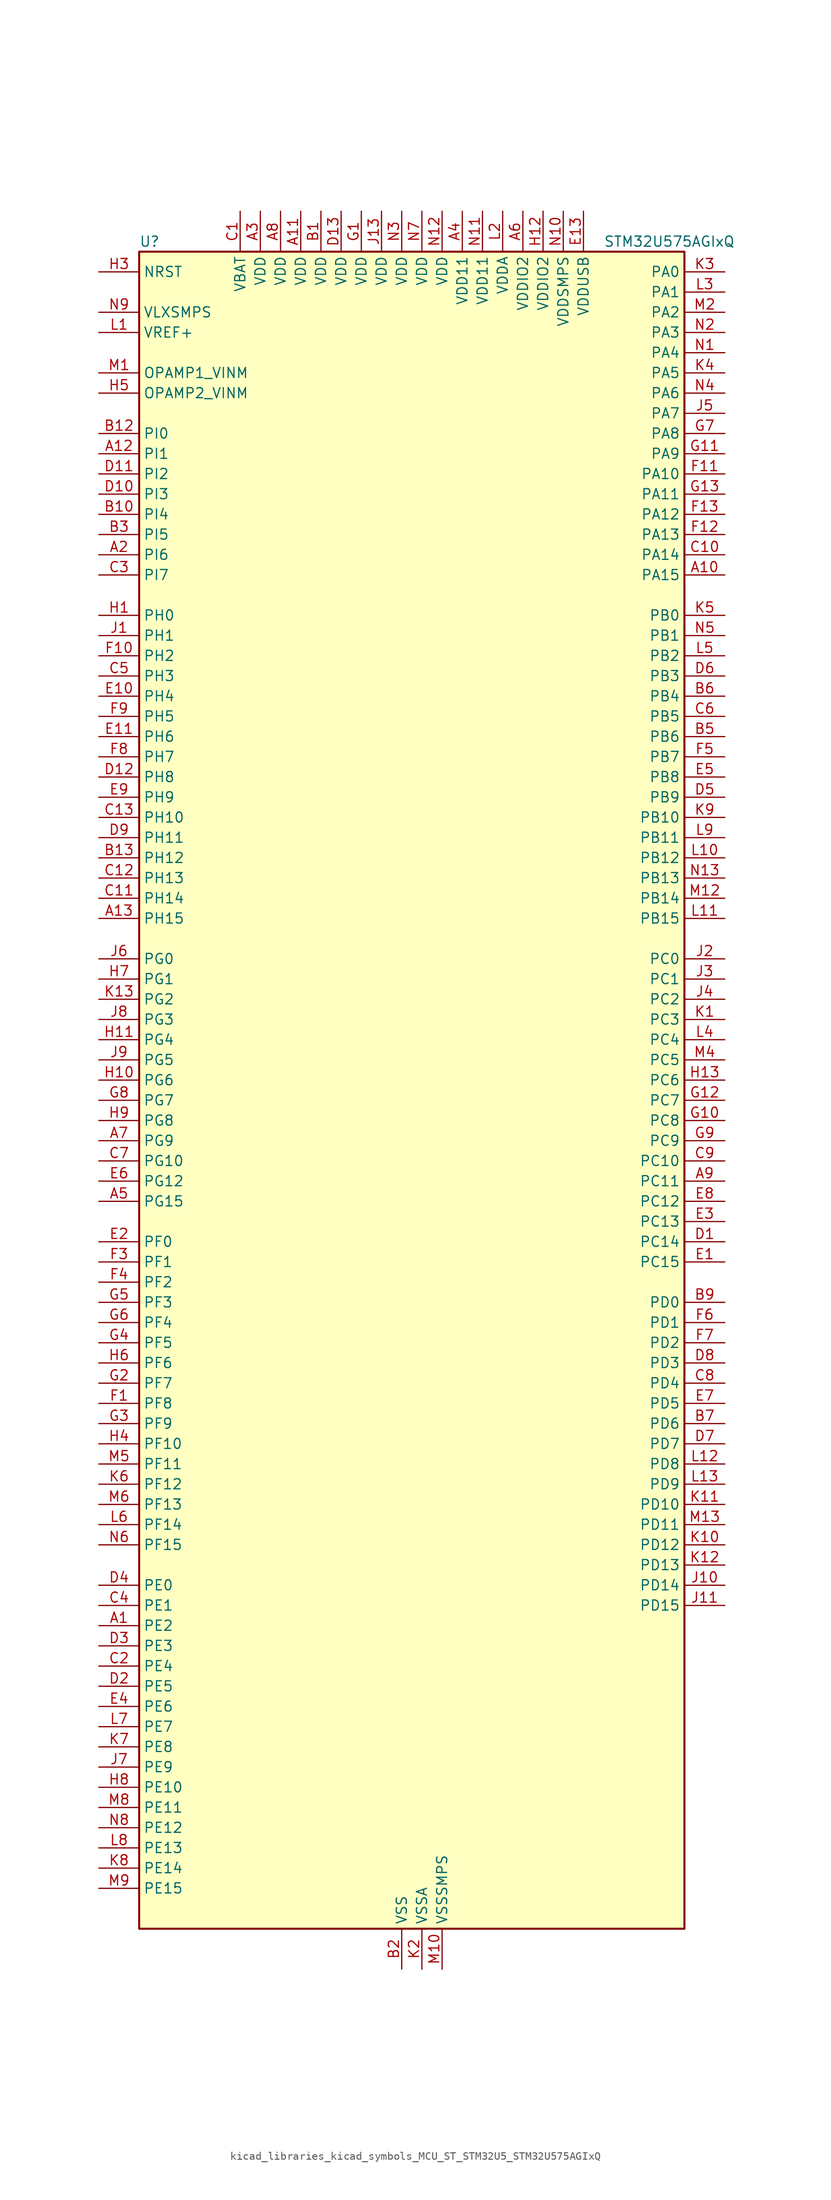
<source format=kicad_sym>
(kicad_symbol_lib
  (version 20220914)
  (generator kicad_symbol_editor)
  (symbol "kicad_libraries_kicad_symbols_MCU_ST_STM32U5_STM32U575AGIxQ"
    (property "Reference" "U"
      (at -33.02 107.95 0)
      (effects (font (size 1.27 1.27)) (justify left)))
    (property "Value" "STM32U575AGIxQ"
      (at 25.4 107.95 0)
      (effects (font (size 1.27 1.27)) (justify left)))
    (property "ki_locked" ""
      (at 0 0 0)
      (effects (font (size 1.27 1.27))))
    (symbol "kicad_libraries_kicad_symbols_MCU_ST_STM32U5_STM32U575AGIxQ_0_1"
      (rectangle (start -33.02 -104.14) (end 35.56 106.68) (stroke (width 0.254) (type default)) (fill (type background))))
    (symbol "kicad_libraries_kicad_symbols_MCU_ST_STM32U5_STM32U575AGIxQ_1_1"
      (pin bidirectional line (at -38.1 -66.04 0) (length 5.08) (name "PE2" (effects (font (size 1.27 1.27)))) (number "A1" (effects (font (size 1.27 1.27)))) (alternate "DEBUG_TRACECLK" bidirectional line) (alternate "FMC_A23" bidirectional line) (alternate "SAI1_CK1" bidirectional line) (alternate "SAI1_MCLK_A" bidirectional line) (alternate "TIM3_ETR" bidirectional line) (alternate "TSC_G7_IO1" bidirectional line))
      (pin bidirectional line (at 40.64 66.04 180) (length 5.08) (name "PA15" (effects (font (size 1.27 1.27)))) (number "A10" (effects (font (size 1.27 1.27)))) (alternate "ADC1_EXTI15" bidirectional line) (alternate "ADC4_EXTI15" bidirectional line) (alternate "DEBUG_JTDI" bidirectional line) (alternate "SAI2_FS_B" bidirectional line) (alternate "SPI1_NSS" bidirectional line) (alternate "SPI3_NSS" bidirectional line) (alternate "TIM2_CH1" bidirectional line) (alternate "TIM2_ETR" bidirectional line) (alternate "UART4_DE" bidirectional line) (alternate "UART4_RTS" bidirectional line) (alternate "UCPD1_CC1" bidirectional line) (alternate "USART2_RX" bidirectional line) (alternate "USART3_DE" bidirectional line) (alternate "USART3_RTS" bidirectional line))
      (pin power_in line (at -12.7 111.76 270) (length 5.08) (name "VDD" (effects (font (size 1.27 1.27)))) (number "A11" (effects (font (size 1.27 1.27)))))
      (pin bidirectional line (at -38.1 81.28 0) (length 5.08) (name "PI1" (effects (font (size 1.27 1.27)))) (number "A12" (effects (font (size 1.27 1.27)))) (alternate "DCMI_D8" bidirectional line) (alternate "OCTOSPIM_P2_IO2" bidirectional line) (alternate "PSSI_D8" bidirectional line) (alternate "SPI2_SCK" bidirectional line))
      (pin bidirectional line (at -38.1 22.86 0) (length 5.08) (name "PH15" (effects (font (size 1.27 1.27)))) (number "A13" (effects (font (size 1.27 1.27)))) (alternate "ADC1_EXTI15" bidirectional line) (alternate "ADC4_EXTI15" bidirectional line) (alternate "DCMI_D11" bidirectional line) (alternate "OCTOSPIM_P2_IO6" bidirectional line) (alternate "PSSI_D11" bidirectional line) (alternate "TIM8_CH3N" bidirectional line))
      (pin bidirectional line (at -38.1 68.58 0) (length 5.08) (name "PI6" (effects (font (size 1.27 1.27)))) (number "A2" (effects (font (size 1.27 1.27)))) (alternate "DCMI_D6" bidirectional line) (alternate "OCTOSPIM_P2_CLK" bidirectional line) (alternate "PSSI_D6" bidirectional line) (alternate "TIM8_CH2" bidirectional line))
      (pin power_in line (at -17.78 111.76 270) (length 5.08) (name "VDD" (effects (font (size 1.27 1.27)))) (number "A3" (effects (font (size 1.27 1.27)))))
      (pin power_in line (at 7.62 111.76 270) (length 5.08) (name "VDD11" (effects (font (size 1.27 1.27)))) (number "A4" (effects (font (size 1.27 1.27)))))
      (pin bidirectional line (at -38.1 -12.7 0) (length 5.08) (name "PG15" (effects (font (size 1.27 1.27)))) (number "A5" (effects (font (size 1.27 1.27)))) (alternate "ADC1_EXTI15" bidirectional line) (alternate "ADC4_EXTI15" bidirectional line) (alternate "DCMI_D13" bidirectional line) (alternate "I2C1_SMBA" bidirectional line) (alternate "LPTIM1_CH1" bidirectional line) (alternate "OCTOSPIM_P2_DQS" bidirectional line) (alternate "PSSI_D13" bidirectional line))
      (pin power_in line (at 15.24 111.76 270) (length 5.08) (name "VDDIO2" (effects (font (size 1.27 1.27)))) (number "A6" (effects (font (size 1.27 1.27)))))
      (pin bidirectional line (at -38.1 -5.08 0) (length 5.08) (name "PG9" (effects (font (size 1.27 1.27)))) (number "A7" (effects (font (size 1.27 1.27)))) (alternate "DAC1_EXTI9" bidirectional line) (alternate "FMC_NCE" bidirectional line) (alternate "FMC_NE2" bidirectional line) (alternate "OCTOSPIM_P2_IO6" bidirectional line) (alternate "SAI2_SCK_A" bidirectional line) (alternate "SPI3_SCK" bidirectional line) (alternate "TIM15_CH1N" bidirectional line) (alternate "USART1_TX" bidirectional line))
      (pin power_in line (at -15.24 111.76 270) (length 5.08) (name "VDD" (effects (font (size 1.27 1.27)))) (number "A8" (effects (font (size 1.27 1.27)))))
      (pin bidirectional line (at 40.64 -10.16 180) (length 5.08) (name "PC11" (effects (font (size 1.27 1.27)))) (number "A9" (effects (font (size 1.27 1.27)))) (alternate "ADC1_EXTI11" bidirectional line) (alternate "ADF1_SDI0" bidirectional line) (alternate "DCMI_D2" bidirectional line) (alternate "DCMI_D4" bidirectional line) (alternate "LPTIM3_IN1" bidirectional line) (alternate "OCTOSPIM_P1_NCS" bidirectional line) (alternate "PSSI_D2" bidirectional line) (alternate "PSSI_D4" bidirectional line) (alternate "SAI2_MCLK_B" bidirectional line) (alternate "SDMMC1_D3" bidirectional line) (alternate "SPI3_MISO" bidirectional line) (alternate "TSC_G3_IO3" bidirectional line) (alternate "UART4_RX" bidirectional line) (alternate "UCPD1_FRSTX2" bidirectional line) (alternate "USART3_RX" bidirectional line))
      (pin power_in line (at -10.16 111.76 270) (length 5.08) (name "VDD" (effects (font (size 1.27 1.27)))) (number "B1" (effects (font (size 1.27 1.27)))))
      (pin bidirectional line (at -38.1 73.66 0) (length 5.08) (name "PI4" (effects (font (size 1.27 1.27)))) (number "B10" (effects (font (size 1.27 1.27)))) (alternate "DCMI_D5" bidirectional line) (alternate "PSSI_D5" bidirectional line) (alternate "SPI2_RDY" bidirectional line) (alternate "TIM8_BKIN" bidirectional line))
      (pin passive line (at 0 -109.22 90) (length 5.08) hide (name "VSS" (effects (font (size 1.27 1.27)))) (number "B11" (effects (font (size 1.27 1.27)))))
      (pin bidirectional line (at -38.1 83.82 0) (length 5.08) (name "PI0" (effects (font (size 1.27 1.27)))) (number "B12" (effects (font (size 1.27 1.27)))) (alternate "DCMI_D13" bidirectional line) (alternate "OCTOSPIM_P1_IO5" bidirectional line) (alternate "PSSI_D13" bidirectional line) (alternate "SPI2_NSS" bidirectional line) (alternate "TIM5_CH4" bidirectional line))
      (pin bidirectional line (at -38.1 30.48 0) (length 5.08) (name "PH12" (effects (font (size 1.27 1.27)))) (number "B13" (effects (font (size 1.27 1.27)))) (alternate "DCMI_D3" bidirectional line) (alternate "OCTOSPIM_P2_IO7" bidirectional line) (alternate "PSSI_D3" bidirectional line) (alternate "TIM5_CH3" bidirectional line) (alternate "TIM8_CH4N" bidirectional line))
      (pin power_in line (at 0 -109.22 90) (length 5.08) (name "VSS" (effects (font (size 1.27 1.27)))) (number "B2" (effects (font (size 1.27 1.27)))))
      (pin bidirectional line (at -38.1 71.12 0) (length 5.08) (name "PI5" (effects (font (size 1.27 1.27)))) (number "B3" (effects (font (size 1.27 1.27)))) (alternate "DCMI_VSYNC" bidirectional line) (alternate "OCTOSPIM_P2_NCS" bidirectional line) (alternate "PSSI_RDY" bidirectional line) (alternate "TIM8_CH1" bidirectional line))
      (pin passive line (at 0 -109.22 90) (length 5.08) hide (name "VSS" (effects (font (size 1.27 1.27)))) (number "B4" (effects (font (size 1.27 1.27)))))
      (pin bidirectional line (at 40.64 45.72 180) (length 5.08) (name "PB6" (effects (font (size 1.27 1.27)))) (number "B5" (effects (font (size 1.27 1.27)))) (alternate "COMP2_INP" bidirectional line) (alternate "DCMI_D5" bidirectional line) (alternate "I2C1_SCL" bidirectional line) (alternate "I2C4_SCL" bidirectional line) (alternate "LPTIM1_ETR" bidirectional line) (alternate "MDF1_SDI5" bidirectional line) (alternate "PSSI_D5" bidirectional line) (alternate "PWR_WKUP3" bidirectional line) (alternate "SAI1_FS_B" bidirectional line) (alternate "TIM16_CH1N" bidirectional line) (alternate "TIM4_CH1" bidirectional line) (alternate "TIM8_BKIN2" bidirectional line) (alternate "TSC_G2_IO3" bidirectional line) (alternate "USART1_TX" bidirectional line))
      (pin bidirectional line (at 40.64 50.8 180) (length 5.08) (name "PB4" (effects (font (size 1.27 1.27)))) (number "B6" (effects (font (size 1.27 1.27)))) (alternate "ADF1_SDI0" bidirectional line) (alternate "COMP2_INP" bidirectional line) (alternate "DCMI_D12" bidirectional line) (alternate "DEBUG_JTRST" bidirectional line) (alternate "I2C3_SDA" bidirectional line) (alternate "LPTIM1_CH2" bidirectional line) (alternate "PSSI_D12" bidirectional line) (alternate "SAI1_MCLK_B" bidirectional line) (alternate "SDMMC2_D3" bidirectional line) (alternate "SPI1_MISO" bidirectional line) (alternate "SPI3_MISO" bidirectional line) (alternate "TIM17_BKIN" bidirectional line) (alternate "TIM3_CH1" bidirectional line) (alternate "TSC_G2_IO1" bidirectional line) (alternate "UART5_DE" bidirectional line) (alternate "UART5_RTS" bidirectional line) (alternate "USART1_CTS" bidirectional line))
      (pin bidirectional line (at 40.64 -40.64 180) (length 5.08) (name "PD6" (effects (font (size 1.27 1.27)))) (number "B7" (effects (font (size 1.27 1.27)))) (alternate "DCMI_D10" bidirectional line) (alternate "FMC_NWAIT" bidirectional line) (alternate "MDF1_SDI1" bidirectional line) (alternate "OCTOSPIM_P1_IO6" bidirectional line) (alternate "PSSI_D10" bidirectional line) (alternate "SAI1_D1" bidirectional line) (alternate "SAI1_SD_A" bidirectional line) (alternate "SDMMC2_CK" bidirectional line) (alternate "SPI3_MOSI" bidirectional line) (alternate "USART2_RX" bidirectional line))
      (pin passive line (at 0 -109.22 90) (length 5.08) hide (name "VSS" (effects (font (size 1.27 1.27)))) (number "B8" (effects (font (size 1.27 1.27)))))
      (pin bidirectional line (at 40.64 -25.4 180) (length 5.08) (name "PD0" (effects (font (size 1.27 1.27)))) (number "B9" (effects (font (size 1.27 1.27)))) (alternate "FDCAN1_RX" bidirectional line) (alternate "FMC_D2" bidirectional line) (alternate "FMC_DA2" bidirectional line) (alternate "SPI2_NSS" bidirectional line) (alternate "TIM8_CH4N" bidirectional line))
      (pin power_in line (at -20.32 111.76 270) (length 5.08) (name "VBAT" (effects (font (size 1.27 1.27)))) (number "C1" (effects (font (size 1.27 1.27)))))
      (pin bidirectional line (at 40.64 68.58 180) (length 5.08) (name "PA14" (effects (font (size 1.27 1.27)))) (number "C10" (effects (font (size 1.27 1.27)))) (alternate "DEBUG_JTCK-SWCLK" bidirectional line) (alternate "I2C1_SMBA" bidirectional line) (alternate "I2C4_SMBA" bidirectional line) (alternate "LPTIM1_CH1" bidirectional line) (alternate "SAI1_FS_B" bidirectional line) (alternate "USB_OTG_FS_SOF" bidirectional line))
      (pin bidirectional line (at -38.1 25.4 0) (length 5.08) (name "PH14" (effects (font (size 1.27 1.27)))) (number "C11" (effects (font (size 1.27 1.27)))) (alternate "DCMI_D4" bidirectional line) (alternate "FDCAN1_RX" bidirectional line) (alternate "PSSI_D4" bidirectional line) (alternate "TIM8_CH2N" bidirectional line))
      (pin bidirectional line (at -38.1 27.94 0) (length 5.08) (name "PH13" (effects (font (size 1.27 1.27)))) (number "C12" (effects (font (size 1.27 1.27)))) (alternate "FDCAN1_TX" bidirectional line) (alternate "TIM8_CH1N" bidirectional line))
      (pin bidirectional line (at -38.1 35.56 0) (length 5.08) (name "PH10" (effects (font (size 1.27 1.27)))) (number "C13" (effects (font (size 1.27 1.27)))) (alternate "DCMI_D1" bidirectional line) (alternate "OCTOSPIM_P2_IO5" bidirectional line) (alternate "PSSI_D1" bidirectional line) (alternate "TIM5_CH1" bidirectional line))
      (pin bidirectional line (at -38.1 -71.12 0) (length 5.08) (name "PE4" (effects (font (size 1.27 1.27)))) (number "C2" (effects (font (size 1.27 1.27)))) (alternate "DCMI_D4" bidirectional line) (alternate "DEBUG_TRACED1" bidirectional line) (alternate "FMC_A20" bidirectional line) (alternate "MDF1_SDI3" bidirectional line) (alternate "PSSI_D4" bidirectional line) (alternate "PWR_WKUP1" bidirectional line) (alternate "SAI1_D2" bidirectional line) (alternate "SAI1_FS_A" bidirectional line) (alternate "TAMP_IN7" bidirectional line) (alternate "TAMP_OUT8" bidirectional line) (alternate "TIM3_CH2" bidirectional line) (alternate "TSC_G7_IO3" bidirectional line))
      (pin bidirectional line (at -38.1 66.04 0) (length 5.08) (name "PI7" (effects (font (size 1.27 1.27)))) (number "C3" (effects (font (size 1.27 1.27)))) (alternate "DCMI_D7" bidirectional line) (alternate "OCTOSPIM_P2_NCLK" bidirectional line) (alternate "PSSI_D7" bidirectional line) (alternate "TIM8_CH3" bidirectional line))
      (pin bidirectional line (at -38.1 -63.5 0) (length 5.08) (name "PE1" (effects (font (size 1.27 1.27)))) (number "C4" (effects (font (size 1.27 1.27)))) (alternate "DCMI_D3" bidirectional line) (alternate "FMC_NBL1" bidirectional line) (alternate "PSSI_D3" bidirectional line) (alternate "TIM17_CH1" bidirectional line))
      (pin bidirectional line (at -38.1 53.34 0) (length 5.08) (name "PH3" (effects (font (size 1.27 1.27)))) (number "C5" (effects (font (size 1.27 1.27)))))
      (pin bidirectional line (at 40.64 48.26 180) (length 5.08) (name "PB5" (effects (font (size 1.27 1.27)))) (number "C6" (effects (font (size 1.27 1.27)))) (alternate "COMP2_OUT" bidirectional line) (alternate "DCMI_D10" bidirectional line) (alternate "I2C1_SMBA" bidirectional line) (alternate "LPTIM1_IN1" bidirectional line) (alternate "OCTOSPIM_P1_NCLK" bidirectional line) (alternate "PSSI_D10" bidirectional line) (alternate "PWR_WKUP6" bidirectional line) (alternate "SAI1_SD_B" bidirectional line) (alternate "SPI1_MOSI" bidirectional line) (alternate "SPI3_MOSI" bidirectional line) (alternate "TIM16_BKIN" bidirectional line) (alternate "TIM3_CH2" bidirectional line) (alternate "TSC_G2_IO2" bidirectional line) (alternate "UART5_CTS" bidirectional line) (alternate "UCPD1_DBCC1" bidirectional line) (alternate "USART1_CK" bidirectional line))
      (pin bidirectional line (at -38.1 -7.62 0) (length 5.08) (name "PG10" (effects (font (size 1.27 1.27)))) (number "C7" (effects (font (size 1.27 1.27)))) (alternate "FMC_NE3" bidirectional line) (alternate "LPTIM1_IN1" bidirectional line) (alternate "OCTOSPIM_P2_IO7" bidirectional line) (alternate "SAI2_FS_A" bidirectional line) (alternate "SPI3_MISO" bidirectional line) (alternate "TIM15_CH1" bidirectional line) (alternate "USART1_RX" bidirectional line))
      (pin bidirectional line (at 40.64 -35.56 180) (length 5.08) (name "PD4" (effects (font (size 1.27 1.27)))) (number "C8" (effects (font (size 1.27 1.27)))) (alternate "FMC_NOE" bidirectional line) (alternate "MDF1_CKI0" bidirectional line) (alternate "OCTOSPIM_P1_IO4" bidirectional line) (alternate "SPI2_MOSI" bidirectional line) (alternate "USART2_DE" bidirectional line) (alternate "USART2_RTS" bidirectional line))
      (pin bidirectional line (at 40.64 -7.62 180) (length 5.08) (name "PC10" (effects (font (size 1.27 1.27)))) (number "C9" (effects (font (size 1.27 1.27)))) (alternate "ADF1_CCK1" bidirectional line) (alternate "DCMI_D8" bidirectional line) (alternate "DEBUG_TRACED1" bidirectional line) (alternate "LPTIM3_ETR" bidirectional line) (alternate "PSSI_D8" bidirectional line) (alternate "SAI2_SCK_B" bidirectional line) (alternate "SDMMC1_D2" bidirectional line) (alternate "SPI3_SCK" bidirectional line) (alternate "TSC_G3_IO2" bidirectional line) (alternate "UART4_TX" bidirectional line) (alternate "USART3_TX" bidirectional line))
      (pin bidirectional line (at 40.64 -17.78 180) (length 5.08) (name "PC14" (effects (font (size 1.27 1.27)))) (number "D1" (effects (font (size 1.27 1.27)))) (alternate "RCC_OSC32_IN" bidirectional line))
      (pin bidirectional line (at -38.1 76.2 0) (length 5.08) (name "PI3" (effects (font (size 1.27 1.27)))) (number "D10" (effects (font (size 1.27 1.27)))) (alternate "DCMI_D10" bidirectional line) (alternate "OCTOSPIM_P2_IO0" bidirectional line) (alternate "PSSI_D10" bidirectional line) (alternate "SPI2_MOSI" bidirectional line) (alternate "TIM8_ETR" bidirectional line))
      (pin bidirectional line (at -38.1 78.74 0) (length 5.08) (name "PI2" (effects (font (size 1.27 1.27)))) (number "D11" (effects (font (size 1.27 1.27)))) (alternate "DCMI_D9" bidirectional line) (alternate "OCTOSPIM_P2_IO1" bidirectional line) (alternate "PSSI_D9" bidirectional line) (alternate "SPI2_MISO" bidirectional line) (alternate "TIM8_CH4" bidirectional line))
      (pin bidirectional line (at -38.1 40.64 0) (length 5.08) (name "PH8" (effects (font (size 1.27 1.27)))) (number "D12" (effects (font (size 1.27 1.27)))) (alternate "DCMI_HSYNC" bidirectional line) (alternate "I2C3_SDA" bidirectional line) (alternate "OCTOSPIM_P2_IO3" bidirectional line) (alternate "PSSI_DE" bidirectional line))
      (pin power_in line (at -7.62 111.76 270) (length 5.08) (name "VDD" (effects (font (size 1.27 1.27)))) (number "D13" (effects (font (size 1.27 1.27)))))
      (pin bidirectional line (at -38.1 -73.66 0) (length 5.08) (name "PE5" (effects (font (size 1.27 1.27)))) (number "D2" (effects (font (size 1.27 1.27)))) (alternate "DCMI_D6" bidirectional line) (alternate "DEBUG_TRACED2" bidirectional line) (alternate "FMC_A21" bidirectional line) (alternate "MDF1_CKI3" bidirectional line) (alternate "PSSI_D6" bidirectional line) (alternate "PWR_WKUP2" bidirectional line) (alternate "SAI1_CK2" bidirectional line) (alternate "SAI1_SCK_A" bidirectional line) (alternate "TAMP_IN8" bidirectional line) (alternate "TAMP_OUT7" bidirectional line) (alternate "TIM3_CH3" bidirectional line) (alternate "TSC_G7_IO4" bidirectional line))
      (pin bidirectional line (at -38.1 -68.58 0) (length 5.08) (name "PE3" (effects (font (size 1.27 1.27)))) (number "D3" (effects (font (size 1.27 1.27)))) (alternate "DEBUG_TRACED0" bidirectional line) (alternate "FMC_A19" bidirectional line) (alternate "OCTOSPIM_P1_DQS" bidirectional line) (alternate "SAI1_SD_B" bidirectional line) (alternate "TAMP_IN6" bidirectional line) (alternate "TAMP_OUT3" bidirectional line) (alternate "TIM3_CH1" bidirectional line) (alternate "TSC_G7_IO2" bidirectional line))
      (pin bidirectional line (at -38.1 -60.96 0) (length 5.08) (name "PE0" (effects (font (size 1.27 1.27)))) (number "D4" (effects (font (size 1.27 1.27)))) (alternate "DCMI_D2" bidirectional line) (alternate "FMC_NBL0" bidirectional line) (alternate "PSSI_D2" bidirectional line) (alternate "TIM16_CH1" bidirectional line) (alternate "TIM4_ETR" bidirectional line))
      (pin bidirectional line (at 40.64 38.1 180) (length 5.08) (name "PB9" (effects (font (size 1.27 1.27)))) (number "D5" (effects (font (size 1.27 1.27)))) (alternate "DAC1_EXTI9" bidirectional line) (alternate "DCMI_D7" bidirectional line) (alternate "FDCAN1_TX" bidirectional line) (alternate "I2C1_SDA" bidirectional line) (alternate "IR_OUT" bidirectional line) (alternate "PSSI_D7" bidirectional line) (alternate "SAI1_D2" bidirectional line) (alternate "SAI1_FS_A" bidirectional line) (alternate "SDMMC1_CDIR" bidirectional line) (alternate "SDMMC1_D5" bidirectional line) (alternate "SDMMC2_D5" bidirectional line) (alternate "SPI2_NSS" bidirectional line) (alternate "TIM17_CH1" bidirectional line) (alternate "TIM4_CH4" bidirectional line))
      (pin bidirectional line (at 40.64 53.34 180) (length 5.08) (name "PB3" (effects (font (size 1.27 1.27)))) (number "D6" (effects (font (size 1.27 1.27)))) (alternate "ADF1_CCK0" bidirectional line) (alternate "COMP2_INM" bidirectional line) (alternate "CRS_SYNC" bidirectional line) (alternate "DEBUG_JTDO-SWO" bidirectional line) (alternate "I2C1_SDA" bidirectional line) (alternate "LPTIM1_CH1" bidirectional line) (alternate "SAI1_SCK_B" bidirectional line) (alternate "SDMMC2_D2" bidirectional line) (alternate "SPI1_SCK" bidirectional line) (alternate "SPI3_SCK" bidirectional line) (alternate "TIM2_CH2" bidirectional line) (alternate "USART1_DE" bidirectional line) (alternate "USART1_RTS" bidirectional line))
      (pin bidirectional line (at 40.64 -43.18 180) (length 5.08) (name "PD7" (effects (font (size 1.27 1.27)))) (number "D7" (effects (font (size 1.27 1.27)))) (alternate "FMC_NCE" bidirectional line) (alternate "FMC_NE1" bidirectional line) (alternate "LPTIM4_OUT" bidirectional line) (alternate "MDF1_CKI1" bidirectional line) (alternate "OCTOSPIM_P1_IO7" bidirectional line) (alternate "SDMMC2_CMD" bidirectional line) (alternate "USART2_CK" bidirectional line))
      (pin bidirectional line (at 40.64 -33.02 180) (length 5.08) (name "PD3" (effects (font (size 1.27 1.27)))) (number "D8" (effects (font (size 1.27 1.27)))) (alternate "DCMI_D5" bidirectional line) (alternate "FMC_CLK" bidirectional line) (alternate "MDF1_SDI0" bidirectional line) (alternate "OCTOSPIM_P2_NCS" bidirectional line) (alternate "PSSI_D5" bidirectional line) (alternate "SPI2_MISO" bidirectional line) (alternate "SPI2_SCK" bidirectional line) (alternate "USART2_CTS" bidirectional line))
      (pin bidirectional line (at -38.1 33.02 0) (length 5.08) (name "PH11" (effects (font (size 1.27 1.27)))) (number "D9" (effects (font (size 1.27 1.27)))) (alternate "ADC1_EXTI11" bidirectional line) (alternate "DCMI_D2" bidirectional line) (alternate "OCTOSPIM_P2_IO6" bidirectional line) (alternate "PSSI_D2" bidirectional line) (alternate "TIM5_CH2" bidirectional line))
      (pin bidirectional line (at 40.64 -20.32 180) (length 5.08) (name "PC15" (effects (font (size 1.27 1.27)))) (number "E1" (effects (font (size 1.27 1.27)))) (alternate "ADC1_EXTI15" bidirectional line) (alternate "ADC4_EXTI15" bidirectional line) (alternate "RCC_OSC32_OUT" bidirectional line))
      (pin bidirectional line (at -38.1 50.8 0) (length 5.08) (name "PH4" (effects (font (size 1.27 1.27)))) (number "E10" (effects (font (size 1.27 1.27)))) (alternate "I2C2_SCL" bidirectional line) (alternate "OCTOSPIM_P2_DQS" bidirectional line) (alternate "PSSI_D14" bidirectional line))
      (pin bidirectional line (at -38.1 45.72 0) (length 5.08) (name "PH6" (effects (font (size 1.27 1.27)))) (number "E11" (effects (font (size 1.27 1.27)))) (alternate "DCMI_D8" bidirectional line) (alternate "I2C2_SMBA" bidirectional line) (alternate "OCTOSPIM_P2_CLK" bidirectional line) (alternate "PSSI_D8" bidirectional line))
      (pin passive line (at 0 -109.22 90) (length 5.08) hide (name "VSS" (effects (font (size 1.27 1.27)))) (number "E12" (effects (font (size 1.27 1.27)))))
      (pin power_in line (at 22.86 111.76 270) (length 5.08) (name "VDDUSB" (effects (font (size 1.27 1.27)))) (number "E13" (effects (font (size 1.27 1.27)))))
      (pin bidirectional line (at -38.1 -17.78 0) (length 5.08) (name "PF0" (effects (font (size 1.27 1.27)))) (number "E2" (effects (font (size 1.27 1.27)))) (alternate "FMC_A0" bidirectional line) (alternate "I2C2_SDA" bidirectional line) (alternate "OCTOSPIM_P2_IO0" bidirectional line))
      (pin bidirectional line (at 40.64 -15.24 180) (length 5.08) (name "PC13" (effects (font (size 1.27 1.27)))) (number "E3" (effects (font (size 1.27 1.27)))) (alternate "PWR_WKUP2" bidirectional line) (alternate "RTC_OUT1" bidirectional line) (alternate "RTC_TS" bidirectional line) (alternate "TAMP_IN1" bidirectional line) (alternate "TAMP_OUT2" bidirectional line))
      (pin bidirectional line (at -38.1 -76.2 0) (length 5.08) (name "PE6" (effects (font (size 1.27 1.27)))) (number "E4" (effects (font (size 1.27 1.27)))) (alternate "DCMI_D7" bidirectional line) (alternate "DEBUG_TRACED3" bidirectional line) (alternate "FMC_A22" bidirectional line) (alternate "PSSI_D7" bidirectional line) (alternate "PWR_WKUP3" bidirectional line) (alternate "SAI1_D1" bidirectional line) (alternate "SAI1_SD_A" bidirectional line) (alternate "TAMP_IN3" bidirectional line) (alternate "TAMP_OUT6" bidirectional line) (alternate "TIM3_CH4" bidirectional line))
      (pin bidirectional line (at 40.64 40.64 180) (length 5.08) (name "PB8" (effects (font (size 1.27 1.27)))) (number "E5" (effects (font (size 1.27 1.27)))) (alternate "DCMI_D6" bidirectional line) (alternate "FDCAN1_RX" bidirectional line) (alternate "I2C1_SCL" bidirectional line) (alternate "MDF1_CCK0" bidirectional line) (alternate "PSSI_D6" bidirectional line) (alternate "PWR_WKUP5" bidirectional line) (alternate "SAI1_CK1" bidirectional line) (alternate "SAI1_MCLK_A" bidirectional line) (alternate "SDMMC1_CKIN" bidirectional line) (alternate "SDMMC1_D4" bidirectional line) (alternate "SDMMC2_D4" bidirectional line) (alternate "SPI3_RDY" bidirectional line) (alternate "TIM16_CH1" bidirectional line) (alternate "TIM4_CH3" bidirectional line))
      (pin bidirectional line (at -38.1 -10.16 0) (length 5.08) (name "PG12" (effects (font (size 1.27 1.27)))) (number "E6" (effects (font (size 1.27 1.27)))) (alternate "FMC_NE4" bidirectional line) (alternate "LPTIM1_ETR" bidirectional line) (alternate "OCTOSPIM_P2_NCS" bidirectional line) (alternate "SAI2_SD_A" bidirectional line) (alternate "SPI3_NSS" bidirectional line) (alternate "USART1_DE" bidirectional line) (alternate "USART1_RTS" bidirectional line))
      (pin bidirectional line (at 40.64 -38.1 180) (length 5.08) (name "PD5" (effects (font (size 1.27 1.27)))) (number "E7" (effects (font (size 1.27 1.27)))) (alternate "FMC_NWE" bidirectional line) (alternate "OCTOSPIM_P1_IO5" bidirectional line) (alternate "SPI2_RDY" bidirectional line) (alternate "USART2_TX" bidirectional line))
      (pin bidirectional line (at 40.64 -12.7 180) (length 5.08) (name "PC12" (effects (font (size 1.27 1.27)))) (number "E8" (effects (font (size 1.27 1.27)))) (alternate "DCMI_D9" bidirectional line) (alternate "DEBUG_TRACED3" bidirectional line) (alternate "PSSI_D9" bidirectional line) (alternate "SAI2_SD_B" bidirectional line) (alternate "SDMMC1_CK" bidirectional line) (alternate "SPI3_MOSI" bidirectional line) (alternate "TSC_G3_IO4" bidirectional line) (alternate "UART5_TX" bidirectional line) (alternate "USART3_CK" bidirectional line))
      (pin bidirectional line (at -38.1 38.1 0) (length 5.08) (name "PH9" (effects (font (size 1.27 1.27)))) (number "E9" (effects (font (size 1.27 1.27)))) (alternate "DAC1_EXTI9" bidirectional line) (alternate "DCMI_D0" bidirectional line) (alternate "I2C3_SMBA" bidirectional line) (alternate "OCTOSPIM_P2_IO4" bidirectional line) (alternate "PSSI_D0" bidirectional line))
      (pin bidirectional line (at -38.1 -38.1 0) (length 5.08) (name "PF8" (effects (font (size 1.27 1.27)))) (number "F1" (effects (font (size 1.27 1.27)))) (alternate "FDCAN1_TX" bidirectional line) (alternate "OCTOSPIM_P1_IO0" bidirectional line) (alternate "PSSI_D14" bidirectional line) (alternate "SAI1_SCK_B" bidirectional line) (alternate "TIM5_CH3" bidirectional line))
      (pin bidirectional line (at -38.1 55.88 0) (length 5.08) (name "PH2" (effects (font (size 1.27 1.27)))) (number "F10" (effects (font (size 1.27 1.27)))) (alternate "OCTOSPIM_P1_IO4" bidirectional line))
      (pin bidirectional line (at 40.64 78.74 180) (length 5.08) (name "PA10" (effects (font (size 1.27 1.27)))) (number "F11" (effects (font (size 1.27 1.27)))) (alternate "CRS_SYNC" bidirectional line) (alternate "DCMI_D1" bidirectional line) (alternate "LPTIM2_IN2" bidirectional line) (alternate "PSSI_D1" bidirectional line) (alternate "SAI1_D1" bidirectional line) (alternate "SAI1_SD_A" bidirectional line) (alternate "TIM17_BKIN" bidirectional line) (alternate "TIM1_CH3" bidirectional line) (alternate "USART1_RX" bidirectional line) (alternate "USB_OTG_FS_ID" bidirectional line))
      (pin bidirectional line (at 40.64 71.12 180) (length 5.08) (name "PA13" (effects (font (size 1.27 1.27)))) (number "F12" (effects (font (size 1.27 1.27)))) (alternate "DEBUG_JTMS-SWDIO" bidirectional line) (alternate "IR_OUT" bidirectional line) (alternate "SAI1_SD_B" bidirectional line) (alternate "USB_OTG_FS_NOE" bidirectional line))
      (pin bidirectional line (at 40.64 73.66 180) (length 5.08) (name "PA12" (effects (font (size 1.27 1.27)))) (number "F13" (effects (font (size 1.27 1.27)))) (alternate "FDCAN1_TX" bidirectional line) (alternate "OCTOSPIM_P2_NCS" bidirectional line) (alternate "SPI1_MOSI" bidirectional line) (alternate "TIM1_ETR" bidirectional line) (alternate "USART1_DE" bidirectional line) (alternate "USART1_RTS" bidirectional line) (alternate "USB_OTG_FS_DP" bidirectional line))
      (pin passive line (at 0 -109.22 90) (length 5.08) hide (name "VSS" (effects (font (size 1.27 1.27)))) (number "F2" (effects (font (size 1.27 1.27)))))
      (pin bidirectional line (at -38.1 -20.32 0) (length 5.08) (name "PF1" (effects (font (size 1.27 1.27)))) (number "F3" (effects (font (size 1.27 1.27)))) (alternate "FMC_A1" bidirectional line) (alternate "I2C2_SCL" bidirectional line) (alternate "OCTOSPIM_P2_IO1" bidirectional line))
      (pin bidirectional line (at -38.1 -22.86 0) (length 5.08) (name "PF2" (effects (font (size 1.27 1.27)))) (number "F4" (effects (font (size 1.27 1.27)))) (alternate "FMC_A2" bidirectional line) (alternate "I2C2_SMBA" bidirectional line) (alternate "LPTIM3_CH2" bidirectional line) (alternate "OCTOSPIM_P2_IO2" bidirectional line) (alternate "PWR_WKUP8" bidirectional line))
      (pin bidirectional line (at 40.64 43.18 180) (length 5.08) (name "PB7" (effects (font (size 1.27 1.27)))) (number "F5" (effects (font (size 1.27 1.27)))) (alternate "COMP2_INM" bidirectional line) (alternate "DCMI_VSYNC" bidirectional line) (alternate "FMC_NL" bidirectional line) (alternate "I2C1_SDA" bidirectional line) (alternate "I2C4_SDA" bidirectional line) (alternate "LPTIM1_IN2" bidirectional line) (alternate "MDF1_CKI5" bidirectional line) (alternate "PSSI_RDY" bidirectional line) (alternate "PWR_PVD_IN" bidirectional line) (alternate "PWR_WKUP4" bidirectional line) (alternate "TIM17_CH1N" bidirectional line) (alternate "TIM4_CH2" bidirectional line) (alternate "TIM8_BKIN" bidirectional line) (alternate "TSC_G2_IO4" bidirectional line) (alternate "UART4_CTS" bidirectional line) (alternate "USART1_RX" bidirectional line))
      (pin bidirectional line (at 40.64 -27.94 180) (length 5.08) (name "PD1" (effects (font (size 1.27 1.27)))) (number "F6" (effects (font (size 1.27 1.27)))) (alternate "FDCAN1_TX" bidirectional line) (alternate "FMC_D3" bidirectional line) (alternate "FMC_DA3" bidirectional line) (alternate "SPI2_SCK" bidirectional line))
      (pin bidirectional line (at 40.64 -30.48 180) (length 5.08) (name "PD2" (effects (font (size 1.27 1.27)))) (number "F7" (effects (font (size 1.27 1.27)))) (alternate "DCMI_D11" bidirectional line) (alternate "DEBUG_TRACED2" bidirectional line) (alternate "LPTIM4_ETR" bidirectional line) (alternate "PSSI_D11" bidirectional line) (alternate "SDMMC1_CMD" bidirectional line) (alternate "TIM3_ETR" bidirectional line) (alternate "TSC_SYNC" bidirectional line) (alternate "UART5_RX" bidirectional line) (alternate "USART3_DE" bidirectional line) (alternate "USART3_RTS" bidirectional line))
      (pin bidirectional line (at -38.1 43.18 0) (length 5.08) (name "PH7" (effects (font (size 1.27 1.27)))) (number "F8" (effects (font (size 1.27 1.27)))) (alternate "DCMI_D9" bidirectional line) (alternate "I2C3_SCL" bidirectional line) (alternate "OCTOSPIM_P2_NCLK" bidirectional line) (alternate "PSSI_D9" bidirectional line))
      (pin bidirectional line (at -38.1 48.26 0) (length 5.08) (name "PH5" (effects (font (size 1.27 1.27)))) (number "F9" (effects (font (size 1.27 1.27)))) (alternate "DCMI_PIXCLK" bidirectional line) (alternate "I2C2_SDA" bidirectional line) (alternate "PSSI_PDCK" bidirectional line))
      (pin power_in line (at -5.08 111.76 270) (length 5.08) (name "VDD" (effects (font (size 1.27 1.27)))) (number "G1" (effects (font (size 1.27 1.27)))))
      (pin bidirectional line (at 40.64 -2.54 180) (length 5.08) (name "PC8" (effects (font (size 1.27 1.27)))) (number "G10" (effects (font (size 1.27 1.27)))) (alternate "DCMI_D2" bidirectional line) (alternate "LPTIM3_CH1" bidirectional line) (alternate "PSSI_D2" bidirectional line) (alternate "PWR_SRDSTOP" bidirectional line) (alternate "SDMMC1_D0" bidirectional line) (alternate "TIM3_CH3" bidirectional line) (alternate "TIM8_CH3" bidirectional line) (alternate "TSC_G4_IO3" bidirectional line))
      (pin bidirectional line (at 40.64 81.28 180) (length 5.08) (name "PA9" (effects (font (size 1.27 1.27)))) (number "G11" (effects (font (size 1.27 1.27)))) (alternate "DAC1_EXTI9" bidirectional line) (alternate "DCMI_D0" bidirectional line) (alternate "PSSI_D0" bidirectional line) (alternate "SAI1_FS_A" bidirectional line) (alternate "SPI2_SCK" bidirectional line) (alternate "TIM15_BKIN" bidirectional line) (alternate "TIM1_CH2" bidirectional line) (alternate "USART1_TX" bidirectional line) (alternate "USB_OTG_FS_VBUS" bidirectional line))
      (pin bidirectional line (at 40.64 0 180) (length 5.08) (name "PC7" (effects (font (size 1.27 1.27)))) (number "G12" (effects (font (size 1.27 1.27)))) (alternate "DCMI_D1" bidirectional line) (alternate "LPTIM2_CH2" bidirectional line) (alternate "MDF1_SDI3" bidirectional line) (alternate "PSSI_D1" bidirectional line) (alternate "PWR_CDSTOP" bidirectional line) (alternate "SAI2_MCLK_B" bidirectional line) (alternate "SDMMC1_D123DIR" bidirectional line) (alternate "SDMMC1_D7" bidirectional line) (alternate "SDMMC2_D7" bidirectional line) (alternate "TIM3_CH2" bidirectional line) (alternate "TIM8_CH2" bidirectional line) (alternate "TSC_G4_IO2" bidirectional line))
      (pin bidirectional line (at 40.64 76.2 180) (length 5.08) (name "PA11" (effects (font (size 1.27 1.27)))) (number "G13" (effects (font (size 1.27 1.27)))) (alternate "ADC1_EXTI11" bidirectional line) (alternate "FDCAN1_RX" bidirectional line) (alternate "SPI1_MISO" bidirectional line) (alternate "TIM1_BKIN2" bidirectional line) (alternate "TIM1_CH4" bidirectional line) (alternate "USART1_CTS" bidirectional line) (alternate "USB_OTG_FS_DM" bidirectional line))
      (pin bidirectional line (at -38.1 -35.56 0) (length 5.08) (name "PF7" (effects (font (size 1.27 1.27)))) (number "G2" (effects (font (size 1.27 1.27)))) (alternate "FDCAN1_RX" bidirectional line) (alternate "OCTOSPIM_P1_IO2" bidirectional line) (alternate "SAI1_MCLK_B" bidirectional line) (alternate "TIM5_CH2" bidirectional line))
      (pin bidirectional line (at -38.1 -40.64 0) (length 5.08) (name "PF9" (effects (font (size 1.27 1.27)))) (number "G3" (effects (font (size 1.27 1.27)))) (alternate "DAC1_EXTI9" bidirectional line) (alternate "OCTOSPIM_P1_IO1" bidirectional line) (alternate "PSSI_D15" bidirectional line) (alternate "SAI1_FS_B" bidirectional line) (alternate "TIM15_CH1" bidirectional line) (alternate "TIM5_CH4" bidirectional line))
      (pin bidirectional line (at -38.1 -30.48 0) (length 5.08) (name "PF5" (effects (font (size 1.27 1.27)))) (number "G4" (effects (font (size 1.27 1.27)))) (alternate "FMC_A5" bidirectional line) (alternate "LPTIM3_CH1" bidirectional line) (alternate "OCTOSPIM_P2_NCLK" bidirectional line))
      (pin bidirectional line (at -38.1 -25.4 0) (length 5.08) (name "PF3" (effects (font (size 1.27 1.27)))) (number "G5" (effects (font (size 1.27 1.27)))) (alternate "FMC_A3" bidirectional line) (alternate "LPTIM3_IN1" bidirectional line) (alternate "OCTOSPIM_P2_IO3" bidirectional line))
      (pin bidirectional line (at -38.1 -27.94 0) (length 5.08) (name "PF4" (effects (font (size 1.27 1.27)))) (number "G6" (effects (font (size 1.27 1.27)))) (alternate "FMC_A4" bidirectional line) (alternate "LPTIM3_ETR" bidirectional line) (alternate "OCTOSPIM_P2_CLK" bidirectional line))
      (pin bidirectional line (at 40.64 83.82 180) (length 5.08) (name "PA8" (effects (font (size 1.27 1.27)))) (number "G7" (effects (font (size 1.27 1.27)))) (alternate "DEBUG_TRACECLK" bidirectional line) (alternate "LPTIM2_CH1" bidirectional line) (alternate "RCC_MCO" bidirectional line) (alternate "SAI1_CK2" bidirectional line) (alternate "SAI1_SCK_A" bidirectional line) (alternate "SPI1_RDY" bidirectional line) (alternate "TIM1_CH1" bidirectional line) (alternate "USART1_CK" bidirectional line) (alternate "USB_OTG_FS_SOF" bidirectional line))
      (pin bidirectional line (at -38.1 0 0) (length 5.08) (name "PG7" (effects (font (size 1.27 1.27)))) (number "G8" (effects (font (size 1.27 1.27)))) (alternate "FMC_INT" bidirectional line) (alternate "I2C3_SCL" bidirectional line) (alternate "LPUART1_TX" bidirectional line) (alternate "MDF1_CCK0" bidirectional line) (alternate "OCTOSPIM_P2_DQS" bidirectional line) (alternate "SAI1_CK1" bidirectional line) (alternate "SAI1_MCLK_A" bidirectional line) (alternate "UCPD1_FRSTX2" bidirectional line))
      (pin bidirectional line (at 40.64 -5.08 180) (length 5.08) (name "PC9" (effects (font (size 1.27 1.27)))) (number "G9" (effects (font (size 1.27 1.27)))) (alternate "DAC1_EXTI9" bidirectional line) (alternate "DCMI_D3" bidirectional line) (alternate "DEBUG_TRACED0" bidirectional line) (alternate "LPTIM3_CH2" bidirectional line) (alternate "PSSI_D3" bidirectional line) (alternate "SDMMC1_D1" bidirectional line) (alternate "TIM3_CH4" bidirectional line) (alternate "TIM8_BKIN2" bidirectional line) (alternate "TIM8_CH4" bidirectional line) (alternate "TSC_G4_IO4" bidirectional line) (alternate "USB_OTG_FS_NOE" bidirectional line))
      (pin bidirectional line (at -38.1 60.96 0) (length 5.08) (name "PH0" (effects (font (size 1.27 1.27)))) (number "H1" (effects (font (size 1.27 1.27)))) (alternate "RCC_OSC_IN" bidirectional line))
      (pin bidirectional line (at -38.1 2.54 0) (length 5.08) (name "PG6" (effects (font (size 1.27 1.27)))) (number "H10" (effects (font (size 1.27 1.27)))) (alternate "I2C3_SMBA" bidirectional line) (alternate "LPUART1_DE" bidirectional line) (alternate "LPUART1_RTS" bidirectional line) (alternate "OCTOSPIM_P1_DQS" bidirectional line) (alternate "SPI1_RDY" bidirectional line) (alternate "UCPD1_FRSTX1" bidirectional line))
      (pin bidirectional line (at -38.1 7.62 0) (length 5.08) (name "PG4" (effects (font (size 1.27 1.27)))) (number "H11" (effects (font (size 1.27 1.27)))) (alternate "FMC_A14" bidirectional line) (alternate "SAI2_MCLK_B" bidirectional line) (alternate "SPI1_MOSI" bidirectional line))
      (pin power_in line (at 17.78 111.76 270) (length 5.08) (name "VDDIO2" (effects (font (size 1.27 1.27)))) (number "H12" (effects (font (size 1.27 1.27)))))
      (pin bidirectional line (at 40.64 2.54 180) (length 5.08) (name "PC6" (effects (font (size 1.27 1.27)))) (number "H13" (effects (font (size 1.27 1.27)))) (alternate "DCMI_D0" bidirectional line) (alternate "MDF1_CKI3" bidirectional line) (alternate "PSSI_D0" bidirectional line) (alternate "PWR_CSLEEP" bidirectional line) (alternate "SAI2_MCLK_A" bidirectional line) (alternate "SDMMC1_D0DIR" bidirectional line) (alternate "SDMMC1_D6" bidirectional line) (alternate "SDMMC2_D6" bidirectional line) (alternate "TIM3_CH1" bidirectional line) (alternate "TIM8_CH1" bidirectional line) (alternate "TSC_G4_IO1" bidirectional line))
      (pin passive line (at 0 -109.22 90) (length 5.08) hide (name "VSS" (effects (font (size 1.27 1.27)))) (number "H2" (effects (font (size 1.27 1.27)))))
      (pin input line (at -38.1 104.14 0) (length 5.08) (name "NRST" (effects (font (size 1.27 1.27)))) (number "H3" (effects (font (size 1.27 1.27)))))
      (pin bidirectional line (at -38.1 -43.18 0) (length 5.08) (name "PF10" (effects (font (size 1.27 1.27)))) (number "H4" (effects (font (size 1.27 1.27)))) (alternate "DCMI_D11" bidirectional line) (alternate "MDF1_CCK1" bidirectional line) (alternate "OCTOSPIM_P1_CLK" bidirectional line) (alternate "PSSI_D11" bidirectional line) (alternate "PSSI_D15" bidirectional line) (alternate "SAI1_D3" bidirectional line) (alternate "TIM15_CH2" bidirectional line))
      (pin bidirectional line (at -38.1 88.9 0) (length 5.08) (name "OPAMP2_VINM" (effects (font (size 1.27 1.27)))) (number "H5" (effects (font (size 1.27 1.27)))) (alternate "OPAMP2_VINM" bidirectional line))
      (pin bidirectional line (at -38.1 -33.02 0) (length 5.08) (name "PF6" (effects (font (size 1.27 1.27)))) (number "H6" (effects (font (size 1.27 1.27)))) (alternate "DCMI_D12" bidirectional line) (alternate "OCTOSPIM_P1_IO3" bidirectional line) (alternate "OCTOSPIM_P2_NCS" bidirectional line) (alternate "PSSI_D12" bidirectional line) (alternate "SAI1_SD_B" bidirectional line) (alternate "TIM5_CH1" bidirectional line) (alternate "TIM5_ETR" bidirectional line))
      (pin bidirectional line (at -38.1 15.24 0) (length 5.08) (name "PG1" (effects (font (size 1.27 1.27)))) (number "H7" (effects (font (size 1.27 1.27)))) (alternate "ADC4_IN8" bidirectional line) (alternate "FMC_A11" bidirectional line) (alternate "OCTOSPIM_P2_IO5" bidirectional line) (alternate "TSC_G8_IO4" bidirectional line))
      (pin bidirectional line (at -38.1 -86.36 0) (length 5.08) (name "PE10" (effects (font (size 1.27 1.27)))) (number "H8" (effects (font (size 1.27 1.27)))) (alternate "ADF1_SDI0" bidirectional line) (alternate "FMC_D7" bidirectional line) (alternate "FMC_DA7" bidirectional line) (alternate "MDF1_SDI4" bidirectional line) (alternate "OCTOSPIM_P1_CLK" bidirectional line) (alternate "SAI1_MCLK_B" bidirectional line) (alternate "TIM1_CH2N" bidirectional line) (alternate "TSC_G5_IO1" bidirectional line))
      (pin bidirectional line (at -38.1 -2.54 0) (length 5.08) (name "PG8" (effects (font (size 1.27 1.27)))) (number "H9" (effects (font (size 1.27 1.27)))) (alternate "I2C3_SDA" bidirectional line) (alternate "LPUART1_RX" bidirectional line))
      (pin bidirectional line (at -38.1 58.42 0) (length 5.08) (name "PH1" (effects (font (size 1.27 1.27)))) (number "J1" (effects (font (size 1.27 1.27)))) (alternate "RCC_OSC_OUT" bidirectional line))
      (pin bidirectional line (at 40.64 -60.96 180) (length 5.08) (name "PD14" (effects (font (size 1.27 1.27)))) (number "J10" (effects (font (size 1.27 1.27)))) (alternate "FMC_D0" bidirectional line) (alternate "FMC_DA0" bidirectional line) (alternate "LPTIM3_CH1" bidirectional line) (alternate "TIM4_CH3" bidirectional line))
      (pin bidirectional line (at 40.64 -63.5 180) (length 5.08) (name "PD15" (effects (font (size 1.27 1.27)))) (number "J11" (effects (font (size 1.27 1.27)))) (alternate "ADC1_EXTI15" bidirectional line) (alternate "ADC4_EXTI15" bidirectional line) (alternate "FMC_D1" bidirectional line) (alternate "FMC_DA1" bidirectional line) (alternate "LPTIM3_CH2" bidirectional line) (alternate "TIM4_CH4" bidirectional line))
      (pin passive line (at 0 -109.22 90) (length 5.08) hide (name "VSS" (effects (font (size 1.27 1.27)))) (number "J12" (effects (font (size 1.27 1.27)))))
      (pin power_in line (at -2.54 111.76 270) (length 5.08) (name "VDD" (effects (font (size 1.27 1.27)))) (number "J13" (effects (font (size 1.27 1.27)))))
      (pin bidirectional line (at 40.64 17.78 180) (length 5.08) (name "PC0" (effects (font (size 1.27 1.27)))) (number "J2" (effects (font (size 1.27 1.27)))) (alternate "ADC1_IN1" bidirectional line) (alternate "ADC4_IN1" bidirectional line) (alternate "I2C3_SCL" bidirectional line) (alternate "LPTIM1_IN1" bidirectional line) (alternate "LPTIM2_IN1" bidirectional line) (alternate "LPUART1_RX" bidirectional line) (alternate "MDF1_SDI4" bidirectional line) (alternate "OCTOSPIM_P1_IO7" bidirectional line) (alternate "SAI2_FS_A" bidirectional line) (alternate "SDMMC1_D5" bidirectional line) (alternate "SPI2_RDY" bidirectional line))
      (pin bidirectional line (at 40.64 15.24 180) (length 5.08) (name "PC1" (effects (font (size 1.27 1.27)))) (number "J3" (effects (font (size 1.27 1.27)))) (alternate "ADC1_IN2" bidirectional line) (alternate "ADC4_IN2" bidirectional line) (alternate "DEBUG_TRACED0" bidirectional line) (alternate "I2C3_SDA" bidirectional line) (alternate "LPTIM1_CH1" bidirectional line) (alternate "LPUART1_TX" bidirectional line) (alternate "MDF1_CKI4" bidirectional line) (alternate "OCTOSPIM_P1_IO4" bidirectional line) (alternate "SAI1_SD_A" bidirectional line) (alternate "SDMMC2_CK" bidirectional line) (alternate "SPI2_MOSI" bidirectional line))
      (pin bidirectional line (at 40.64 12.7 180) (length 5.08) (name "PC2" (effects (font (size 1.27 1.27)))) (number "J4" (effects (font (size 1.27 1.27)))) (alternate "ADC1_IN3" bidirectional line) (alternate "ADC4_IN3" bidirectional line) (alternate "LPTIM1_IN2" bidirectional line) (alternate "MDF1_CCK1" bidirectional line) (alternate "OCTOSPIM_P1_IO5" bidirectional line) (alternate "SPI2_MISO" bidirectional line))
      (pin bidirectional line (at 40.64 86.36 180) (length 5.08) (name "PA7" (effects (font (size 1.27 1.27)))) (number "J5" (effects (font (size 1.27 1.27)))) (alternate "ADC1_IN12" bidirectional line) (alternate "ADC4_IN20" bidirectional line) (alternate "I2C3_SCL" bidirectional line) (alternate "LPTIM2_CH2" bidirectional line) (alternate "OCTOSPIM_P1_IO2" bidirectional line) (alternate "OPAMP2_VINM" bidirectional line) (alternate "PWR_SRDSTOP" bidirectional line) (alternate "PWR_WKUP8" bidirectional line) (alternate "SPI1_MOSI" bidirectional line) (alternate "TIM17_CH1" bidirectional line) (alternate "TIM1_CH1N" bidirectional line) (alternate "TIM3_CH2" bidirectional line) (alternate "TIM8_CH1N" bidirectional line) (alternate "USART3_TX" bidirectional line))
      (pin bidirectional line (at -38.1 17.78 0) (length 5.08) (name "PG0" (effects (font (size 1.27 1.27)))) (number "J6" (effects (font (size 1.27 1.27)))) (alternate "ADC4_IN7" bidirectional line) (alternate "FMC_A10" bidirectional line) (alternate "OCTOSPIM_P2_IO4" bidirectional line) (alternate "TSC_G8_IO3" bidirectional line))
      (pin bidirectional line (at -38.1 -83.82 0) (length 5.08) (name "PE9" (effects (font (size 1.27 1.27)))) (number "J7" (effects (font (size 1.27 1.27)))) (alternate "ADF1_CCK0" bidirectional line) (alternate "DAC1_EXTI9" bidirectional line) (alternate "FMC_D6" bidirectional line) (alternate "FMC_DA6" bidirectional line) (alternate "MDF1_CCK0" bidirectional line) (alternate "OCTOSPIM_P1_NCLK" bidirectional line) (alternate "SAI1_FS_B" bidirectional line) (alternate "TIM1_CH1" bidirectional line))
      (pin bidirectional line (at -38.1 10.16 0) (length 5.08) (name "PG3" (effects (font (size 1.27 1.27)))) (number "J8" (effects (font (size 1.27 1.27)))) (alternate "FMC_A13" bidirectional line) (alternate "SAI2_FS_B" bidirectional line) (alternate "SPI1_MISO" bidirectional line))
      (pin bidirectional line (at -38.1 5.08 0) (length 5.08) (name "PG5" (effects (font (size 1.27 1.27)))) (number "J9" (effects (font (size 1.27 1.27)))) (alternate "FMC_A15" bidirectional line) (alternate "LPUART1_CTS" bidirectional line) (alternate "SAI2_SD_B" bidirectional line) (alternate "SPI1_NSS" bidirectional line))
      (pin bidirectional line (at 40.64 10.16 180) (length 5.08) (name "PC3" (effects (font (size 1.27 1.27)))) (number "K1" (effects (font (size 1.27 1.27)))) (alternate "ADC1_IN4" bidirectional line) (alternate "ADC4_IN4" bidirectional line) (alternate "LPTIM1_ETR" bidirectional line) (alternate "LPTIM2_ETR" bidirectional line) (alternate "LPTIM3_CH1" bidirectional line) (alternate "OCTOSPIM_P1_IO6" bidirectional line) (alternate "SAI1_D1" bidirectional line) (alternate "SAI1_SD_A" bidirectional line) (alternate "SPI2_MOSI" bidirectional line))
      (pin bidirectional line (at 40.64 -55.88 180) (length 5.08) (name "PD12" (effects (font (size 1.27 1.27)))) (number "K10" (effects (font (size 1.27 1.27)))) (alternate "ADC4_IN16" bidirectional line) (alternate "FMC_A17" bidirectional line) (alternate "FMC_ALE" bidirectional line) (alternate "I2C4_SCL" bidirectional line) (alternate "LPTIM2_IN1" bidirectional line) (alternate "SAI2_FS_A" bidirectional line) (alternate "TIM4_CH1" bidirectional line) (alternate "TSC_G6_IO3" bidirectional line) (alternate "USART3_DE" bidirectional line) (alternate "USART3_RTS" bidirectional line))
      (pin bidirectional line (at 40.64 -50.8 180) (length 5.08) (name "PD10" (effects (font (size 1.27 1.27)))) (number "K11" (effects (font (size 1.27 1.27)))) (alternate "FMC_D15" bidirectional line) (alternate "FMC_DA15" bidirectional line) (alternate "LPTIM2_CH2" bidirectional line) (alternate "LPTIM3_ETR" bidirectional line) (alternate "SAI2_SCK_A" bidirectional line) (alternate "TSC_G6_IO1" bidirectional line) (alternate "USART3_CK" bidirectional line))
      (pin bidirectional line (at 40.64 -58.42 180) (length 5.08) (name "PD13" (effects (font (size 1.27 1.27)))) (number "K12" (effects (font (size 1.27 1.27)))) (alternate "ADC4_IN17" bidirectional line) (alternate "FMC_A18" bidirectional line) (alternate "I2C4_SDA" bidirectional line) (alternate "LPTIM2_CH1" bidirectional line) (alternate "LPTIM4_IN1" bidirectional line) (alternate "TIM4_CH2" bidirectional line) (alternate "TSC_G6_IO4" bidirectional line))
      (pin bidirectional line (at -38.1 12.7 0) (length 5.08) (name "PG2" (effects (font (size 1.27 1.27)))) (number "K13" (effects (font (size 1.27 1.27)))) (alternate "FMC_A12" bidirectional line) (alternate "SAI2_SCK_B" bidirectional line) (alternate "SPI1_SCK" bidirectional line))
      (pin power_in line (at 2.54 -109.22 90) (length 5.08) (name "VSSA" (effects (font (size 1.27 1.27)))) (number "K2" (effects (font (size 1.27 1.27)))))
      (pin bidirectional line (at 40.64 104.14 180) (length 5.08) (name "PA0" (effects (font (size 1.27 1.27)))) (number "K3" (effects (font (size 1.27 1.27)))) (alternate "ADC1_IN5" bidirectional line) (alternate "AUDIOCLK" bidirectional line) (alternate "OCTOSPIM_P2_NCS" bidirectional line) (alternate "OPAMP1_VINP" bidirectional line) (alternate "PWR_WKUP1" bidirectional line) (alternate "SDMMC2_CMD" bidirectional line) (alternate "SPI3_RDY" bidirectional line) (alternate "TAMP_IN2" bidirectional line) (alternate "TAMP_OUT1" bidirectional line) (alternate "TIM2_CH1" bidirectional line) (alternate "TIM2_ETR" bidirectional line) (alternate "TIM5_CH1" bidirectional line) (alternate "TIM8_ETR" bidirectional line) (alternate "UART4_TX" bidirectional line) (alternate "USART2_CTS" bidirectional line))
      (pin bidirectional line (at 40.64 91.44 180) (length 5.08) (name "PA5" (effects (font (size 1.27 1.27)))) (number "K4" (effects (font (size 1.27 1.27)))) (alternate "ADC1_IN10" bidirectional line) (alternate "ADC4_IN10" bidirectional line) (alternate "DAC1_OUT2" bidirectional line) (alternate "LPTIM2_ETR" bidirectional line) (alternate "PSSI_D14" bidirectional line) (alternate "PWR_CSLEEP" bidirectional line) (alternate "PWR_WKUP6" bidirectional line) (alternate "SPI1_SCK" bidirectional line) (alternate "TIM2_CH1" bidirectional line) (alternate "TIM2_ETR" bidirectional line) (alternate "TIM8_CH1N" bidirectional line) (alternate "USART3_RX" bidirectional line))
      (pin bidirectional line (at 40.64 60.96 180) (length 5.08) (name "PB0" (effects (font (size 1.27 1.27)))) (number "K5" (effects (font (size 1.27 1.27)))) (alternate "ADC1_IN15" bidirectional line) (alternate "ADC4_IN18" bidirectional line) (alternate "AUDIOCLK" bidirectional line) (alternate "COMP1_OUT" bidirectional line) (alternate "LPTIM3_CH1" bidirectional line) (alternate "OCTOSPIM_P1_IO1" bidirectional line) (alternate "OPAMP2_VOUT" bidirectional line) (alternate "SPI1_NSS" bidirectional line) (alternate "TIM1_CH2N" bidirectional line) (alternate "TIM3_CH3" bidirectional line) (alternate "TIM8_CH2N" bidirectional line) (alternate "USART3_CK" bidirectional line))
      (pin bidirectional line (at -38.1 -48.26 0) (length 5.08) (name "PF12" (effects (font (size 1.27 1.27)))) (number "K6" (effects (font (size 1.27 1.27)))) (alternate "FMC_A6" bidirectional line) (alternate "LPTIM4_ETR" bidirectional line) (alternate "OCTOSPIM_P2_DQS" bidirectional line))
      (pin bidirectional line (at -38.1 -81.28 0) (length 5.08) (name "PE8" (effects (font (size 1.27 1.27)))) (number "K7" (effects (font (size 1.27 1.27)))) (alternate "FMC_D5" bidirectional line) (alternate "FMC_DA5" bidirectional line) (alternate "MDF1_CKI2" bidirectional line) (alternate "PWR_WKUP7" bidirectional line) (alternate "SAI1_SCK_B" bidirectional line) (alternate "TIM1_CH1N" bidirectional line))
      (pin bidirectional line (at -38.1 -96.52 0) (length 5.08) (name "PE14" (effects (font (size 1.27 1.27)))) (number "K8" (effects (font (size 1.27 1.27)))) (alternate "FMC_D11" bidirectional line) (alternate "FMC_DA11" bidirectional line) (alternate "OCTOSPIM_P1_IO2" bidirectional line) (alternate "SPI1_MISO" bidirectional line) (alternate "TIM1_BKIN2" bidirectional line) (alternate "TIM1_CH4" bidirectional line))
      (pin bidirectional line (at 40.64 35.56 180) (length 5.08) (name "PB10" (effects (font (size 1.27 1.27)))) (number "K9" (effects (font (size 1.27 1.27)))) (alternate "COMP1_OUT" bidirectional line) (alternate "I2C2_SCL" bidirectional line) (alternate "I2C4_SCL" bidirectional line) (alternate "LPTIM3_CH1" bidirectional line) (alternate "LPUART1_RX" bidirectional line) (alternate "OCTOSPIM_P1_CLK" bidirectional line) (alternate "PWR_WKUP8" bidirectional line) (alternate "SAI1_SCK_A" bidirectional line) (alternate "SPI2_SCK" bidirectional line) (alternate "TIM2_CH3" bidirectional line) (alternate "TSC_SYNC" bidirectional line) (alternate "USART3_TX" bidirectional line))
      (pin input line (at -38.1 96.52 0) (length 5.08) (name "VREF+" (effects (font (size 1.27 1.27)))) (number "L1" (effects (font (size 1.27 1.27)))) (alternate "VREFBUF_OUT" bidirectional line))
      (pin bidirectional line (at 40.64 30.48 180) (length 5.08) (name "PB12" (effects (font (size 1.27 1.27)))) (number "L10" (effects (font (size 1.27 1.27)))) (alternate "I2C2_SMBA" bidirectional line) (alternate "LPUART1_DE" bidirectional line) (alternate "LPUART1_RTS" bidirectional line) (alternate "MDF1_SDI1" bidirectional line) (alternate "OCTOSPIM_P1_NCLK" bidirectional line) (alternate "SAI2_FS_A" bidirectional line) (alternate "SPI2_NSS" bidirectional line) (alternate "TIM15_BKIN" bidirectional line) (alternate "TIM1_BKIN" bidirectional line) (alternate "TSC_G1_IO1" bidirectional line) (alternate "USART3_CK" bidirectional line))
      (pin bidirectional line (at 40.64 22.86 180) (length 5.08) (name "PB15" (effects (font (size 1.27 1.27)))) (number "L11" (effects (font (size 1.27 1.27)))) (alternate "ADC1_EXTI15" bidirectional line) (alternate "ADC4_EXTI15" bidirectional line) (alternate "FMC_NBL1" bidirectional line) (alternate "LPTIM2_IN2" bidirectional line) (alternate "MDF1_CKI2" bidirectional line) (alternate "PWR_WKUP7" bidirectional line) (alternate "RTC_REFIN" bidirectional line) (alternate "SAI2_SD_A" bidirectional line) (alternate "SDMMC2_D1" bidirectional line) (alternate "SPI2_MOSI" bidirectional line) (alternate "TIM15_CH2" bidirectional line) (alternate "TIM1_CH3N" bidirectional line) (alternate "TIM8_CH3N" bidirectional line) (alternate "UCPD1_CC2" bidirectional line))
      (pin bidirectional line (at 40.64 -45.72 180) (length 5.08) (name "PD8" (effects (font (size 1.27 1.27)))) (number "L12" (effects (font (size 1.27 1.27)))) (alternate "DCMI_HSYNC" bidirectional line) (alternate "FMC_D13" bidirectional line) (alternate "FMC_DA13" bidirectional line) (alternate "PSSI_DE" bidirectional line) (alternate "USART3_TX" bidirectional line))
      (pin bidirectional line (at 40.64 -48.26 180) (length 5.08) (name "PD9" (effects (font (size 1.27 1.27)))) (number "L13" (effects (font (size 1.27 1.27)))) (alternate "DAC1_EXTI9" bidirectional line) (alternate "DCMI_PIXCLK" bidirectional line) (alternate "FMC_D14" bidirectional line) (alternate "FMC_DA14" bidirectional line) (alternate "LPTIM2_IN2" bidirectional line) (alternate "LPTIM3_IN1" bidirectional line) (alternate "PSSI_PDCK" bidirectional line) (alternate "SAI2_MCLK_A" bidirectional line) (alternate "USART3_RX" bidirectional line))
      (pin power_in line (at 12.7 111.76 270) (length 5.08) (name "VDDA" (effects (font (size 1.27 1.27)))) (number "L2" (effects (font (size 1.27 1.27)))))
      (pin bidirectional line (at 40.64 101.6 180) (length 5.08) (name "PA1" (effects (font (size 1.27 1.27)))) (number "L3" (effects (font (size 1.27 1.27)))) (alternate "ADC1_IN6" bidirectional line) (alternate "I2C1_SMBA" bidirectional line) (alternate "LPTIM1_CH2" bidirectional line) (alternate "OCTOSPIM_P1_DQS" bidirectional line) (alternate "OPAMP1_VINM" bidirectional line) (alternate "PWR_WKUP3" bidirectional line) (alternate "SPI1_SCK" bidirectional line) (alternate "TAMP_IN5" bidirectional line) (alternate "TAMP_OUT4" bidirectional line) (alternate "TIM15_CH1N" bidirectional line) (alternate "TIM2_CH2" bidirectional line) (alternate "TIM5_CH2" bidirectional line) (alternate "UART4_RX" bidirectional line) (alternate "USART2_DE" bidirectional line) (alternate "USART2_RTS" bidirectional line))
      (pin bidirectional line (at 40.64 7.62 180) (length 5.08) (name "PC4" (effects (font (size 1.27 1.27)))) (number "L4" (effects (font (size 1.27 1.27)))) (alternate "ADC1_IN13" bidirectional line) (alternate "ADC4_IN22" bidirectional line) (alternate "COMP1_INM" bidirectional line) (alternate "OCTOSPIM_P1_IO7" bidirectional line) (alternate "USART3_TX" bidirectional line))
      (pin bidirectional line (at 40.64 55.88 180) (length 5.08) (name "PB2" (effects (font (size 1.27 1.27)))) (number "L5" (effects (font (size 1.27 1.27)))) (alternate "ADC1_IN17" bidirectional line) (alternate "COMP1_INP" bidirectional line) (alternate "I2C3_SMBA" bidirectional line) (alternate "LPTIM1_CH1" bidirectional line) (alternate "MDF1_CKI0" bidirectional line) (alternate "OCTOSPIM_P1_DQS" bidirectional line) (alternate "PWR_WKUP1" bidirectional line) (alternate "RTC_OUT2" bidirectional line) (alternate "SPI1_RDY" bidirectional line) (alternate "TIM8_CH4N" bidirectional line) (alternate "UCPD1_FRSTX1" bidirectional line))
      (pin bidirectional line (at -38.1 -53.34 0) (length 5.08) (name "PF14" (effects (font (size 1.27 1.27)))) (number "L6" (effects (font (size 1.27 1.27)))) (alternate "ADC4_IN5" bidirectional line) (alternate "FMC_A8" bidirectional line) (alternate "I2C4_SCL" bidirectional line) (alternate "TSC_G8_IO1" bidirectional line))
      (pin bidirectional line (at -38.1 -78.74 0) (length 5.08) (name "PE7" (effects (font (size 1.27 1.27)))) (number "L7" (effects (font (size 1.27 1.27)))) (alternate "FMC_D4" bidirectional line) (alternate "FMC_DA4" bidirectional line) (alternate "MDF1_SDI2" bidirectional line) (alternate "PWR_WKUP6" bidirectional line) (alternate "SAI1_SD_B" bidirectional line) (alternate "TIM1_ETR" bidirectional line))
      (pin bidirectional line (at -38.1 -93.98 0) (length 5.08) (name "PE13" (effects (font (size 1.27 1.27)))) (number "L8" (effects (font (size 1.27 1.27)))) (alternate "FMC_D10" bidirectional line) (alternate "FMC_DA10" bidirectional line) (alternate "MDF1_CKI5" bidirectional line) (alternate "OCTOSPIM_P1_IO1" bidirectional line) (alternate "SPI1_SCK" bidirectional line) (alternate "TIM1_CH3" bidirectional line) (alternate "TSC_G5_IO4" bidirectional line))
      (pin bidirectional line (at 40.64 33.02 180) (length 5.08) (name "PB11" (effects (font (size 1.27 1.27)))) (number "L9" (effects (font (size 1.27 1.27)))) (alternate "ADC1_EXTI11" bidirectional line) (alternate "COMP2_OUT" bidirectional line) (alternate "I2C2_SDA" bidirectional line) (alternate "I2C4_SDA" bidirectional line) (alternate "LPUART1_TX" bidirectional line) (alternate "OCTOSPIM_P1_NCS" bidirectional line) (alternate "SPI2_RDY" bidirectional line) (alternate "TIM2_CH4" bidirectional line) (alternate "USART3_RX" bidirectional line))
      (pin bidirectional line (at -38.1 91.44 0) (length 5.08) (name "OPAMP1_VINM" (effects (font (size 1.27 1.27)))) (number "M1" (effects (font (size 1.27 1.27)))) (alternate "OPAMP1_VINM" bidirectional line))
      (pin power_in line (at 5.08 -109.22 90) (length 5.08) (name "VSSSMPS" (effects (font (size 1.27 1.27)))) (number "M10" (effects (font (size 1.27 1.27)))))
      (pin passive line (at 0 -109.22 90) (length 5.08) hide (name "VSS" (effects (font (size 1.27 1.27)))) (number "M11" (effects (font (size 1.27 1.27)))))
      (pin bidirectional line (at 40.64 25.4 180) (length 5.08) (name "PB14" (effects (font (size 1.27 1.27)))) (number "M12" (effects (font (size 1.27 1.27)))) (alternate "I2C2_SDA" bidirectional line) (alternate "LPTIM3_ETR" bidirectional line) (alternate "MDF1_SDI2" bidirectional line) (alternate "SAI2_MCLK_A" bidirectional line) (alternate "SDMMC2_D0" bidirectional line) (alternate "SPI2_MISO" bidirectional line) (alternate "TIM15_CH1" bidirectional line) (alternate "TIM1_CH2N" bidirectional line) (alternate "TIM8_CH2N" bidirectional line) (alternate "TSC_G1_IO3" bidirectional line) (alternate "UCPD1_DBCC2" bidirectional line) (alternate "USART3_DE" bidirectional line) (alternate "USART3_RTS" bidirectional line))
      (pin bidirectional line (at 40.64 -53.34 180) (length 5.08) (name "PD11" (effects (font (size 1.27 1.27)))) (number "M13" (effects (font (size 1.27 1.27)))) (alternate "ADC1_EXTI11" bidirectional line) (alternate "ADC4_IN15" bidirectional line) (alternate "FMC_A16" bidirectional line) (alternate "FMC_CLE" bidirectional line) (alternate "I2C4_SMBA" bidirectional line) (alternate "LPTIM2_ETR" bidirectional line) (alternate "SAI2_SD_A" bidirectional line) (alternate "TSC_G6_IO2" bidirectional line) (alternate "USART3_CTS" bidirectional line))
      (pin bidirectional line (at 40.64 99.06 180) (length 5.08) (name "PA2" (effects (font (size 1.27 1.27)))) (number "M2" (effects (font (size 1.27 1.27)))) (alternate "ADC1_IN7" bidirectional line) (alternate "COMP1_INP" bidirectional line) (alternate "LPUART1_TX" bidirectional line) (alternate "OCTOSPIM_P1_NCS" bidirectional line) (alternate "PWR_WKUP4" bidirectional line) (alternate "RCC_LSCO" bidirectional line) (alternate "SPI1_RDY" bidirectional line) (alternate "TIM15_CH1" bidirectional line) (alternate "TIM2_CH3" bidirectional line) (alternate "TIM5_CH3" bidirectional line) (alternate "UCPD1_FRSTX1" bidirectional line) (alternate "USART2_TX" bidirectional line))
      (pin passive line (at 0 -109.22 90) (length 5.08) hide (name "VSS" (effects (font (size 1.27 1.27)))) (number "M3" (effects (font (size 1.27 1.27)))))
      (pin bidirectional line (at 40.64 5.08 180) (length 5.08) (name "PC5" (effects (font (size 1.27 1.27)))) (number "M4" (effects (font (size 1.27 1.27)))) (alternate "ADC1_IN14" bidirectional line) (alternate "ADC4_IN23" bidirectional line) (alternate "COMP1_INP" bidirectional line) (alternate "PSSI_D15" bidirectional line) (alternate "PWR_WKUP5" bidirectional line) (alternate "SAI1_D3" bidirectional line) (alternate "TAMP_IN4" bidirectional line) (alternate "TAMP_OUT5" bidirectional line) (alternate "TIM1_CH4N" bidirectional line) (alternate "USART3_RX" bidirectional line))
      (pin bidirectional line (at -38.1 -45.72 0) (length 5.08) (name "PF11" (effects (font (size 1.27 1.27)))) (number "M5" (effects (font (size 1.27 1.27)))) (alternate "ADC1_EXTI11" bidirectional line) (alternate "DCMI_D12" bidirectional line) (alternate "LPTIM4_IN1" bidirectional line) (alternate "OCTOSPIM_P1_NCLK" bidirectional line) (alternate "PSSI_D12" bidirectional line))
      (pin bidirectional line (at -38.1 -50.8 0) (length 5.08) (name "PF13" (effects (font (size 1.27 1.27)))) (number "M6" (effects (font (size 1.27 1.27)))) (alternate "FMC_A7" bidirectional line) (alternate "I2C4_SMBA" bidirectional line) (alternate "LPTIM4_OUT" bidirectional line) (alternate "UCPD1_FRSTX2" bidirectional line))
      (pin passive line (at 0 -109.22 90) (length 5.08) hide (name "VSS" (effects (font (size 1.27 1.27)))) (number "M7" (effects (font (size 1.27 1.27)))))
      (pin bidirectional line (at -38.1 -88.9 0) (length 5.08) (name "PE11" (effects (font (size 1.27 1.27)))) (number "M8" (effects (font (size 1.27 1.27)))) (alternate "ADC1_EXTI11" bidirectional line) (alternate "FMC_D8" bidirectional line) (alternate "FMC_DA8" bidirectional line) (alternate "MDF1_CKI4" bidirectional line) (alternate "OCTOSPIM_P1_NCS" bidirectional line) (alternate "SPI1_RDY" bidirectional line) (alternate "TIM1_CH2" bidirectional line) (alternate "TSC_G5_IO2" bidirectional line))
      (pin bidirectional line (at -38.1 -99.06 0) (length 5.08) (name "PE15" (effects (font (size 1.27 1.27)))) (number "M9" (effects (font (size 1.27 1.27)))) (alternate "ADC1_EXTI15" bidirectional line) (alternate "ADC4_EXTI15" bidirectional line) (alternate "FMC_D12" bidirectional line) (alternate "FMC_DA12" bidirectional line) (alternate "OCTOSPIM_P1_IO3" bidirectional line) (alternate "SPI1_MOSI" bidirectional line) (alternate "TIM1_BKIN" bidirectional line) (alternate "TIM1_CH4N" bidirectional line))
      (pin bidirectional line (at 40.64 93.98 180) (length 5.08) (name "PA4" (effects (font (size 1.27 1.27)))) (number "N1" (effects (font (size 1.27 1.27)))) (alternate "ADC1_IN9" bidirectional line) (alternate "ADC4_IN9" bidirectional line) (alternate "DAC1_OUT1" bidirectional line) (alternate "DCMI_HSYNC" bidirectional line) (alternate "LPTIM2_CH1" bidirectional line) (alternate "OCTOSPIM_P1_NCS" bidirectional line) (alternate "PSSI_DE" bidirectional line) (alternate "PWR_WKUP2" bidirectional line) (alternate "SAI1_FS_B" bidirectional line) (alternate "SPI1_NSS" bidirectional line) (alternate "SPI3_NSS" bidirectional line) (alternate "USART2_CK" bidirectional line))
      (pin power_in line (at 20.32 111.76 270) (length 5.08) (name "VDDSMPS" (effects (font (size 1.27 1.27)))) (number "N10" (effects (font (size 1.27 1.27)))))
      (pin power_in line (at 10.16 111.76 270) (length 5.08) (name "VDD11" (effects (font (size 1.27 1.27)))) (number "N11" (effects (font (size 1.27 1.27)))))
      (pin power_in line (at 5.08 111.76 270) (length 5.08) (name "VDD" (effects (font (size 1.27 1.27)))) (number "N12" (effects (font (size 1.27 1.27)))))
      (pin bidirectional line (at 40.64 27.94 180) (length 5.08) (name "PB13" (effects (font (size 1.27 1.27)))) (number "N13" (effects (font (size 1.27 1.27)))) (alternate "I2C2_SCL" bidirectional line) (alternate "LPTIM3_IN1" bidirectional line) (alternate "LPUART1_CTS" bidirectional line) (alternate "MDF1_CKI1" bidirectional line) (alternate "SAI2_SCK_A" bidirectional line) (alternate "SPI2_SCK" bidirectional line) (alternate "TIM15_CH1N" bidirectional line) (alternate "TIM1_CH1N" bidirectional line) (alternate "TSC_G1_IO2" bidirectional line) (alternate "USART3_CTS" bidirectional line))
      (pin bidirectional line (at 40.64 96.52 180) (length 5.08) (name "PA3" (effects (font (size 1.27 1.27)))) (number "N2" (effects (font (size 1.27 1.27)))) (alternate "ADC1_IN8" bidirectional line) (alternate "LPUART1_RX" bidirectional line) (alternate "OCTOSPIM_P1_CLK" bidirectional line) (alternate "OPAMP1_VOUT" bidirectional line) (alternate "PWR_WKUP5" bidirectional line) (alternate "SAI1_CK1" bidirectional line) (alternate "SAI1_MCLK_A" bidirectional line) (alternate "TIM15_CH2" bidirectional line) (alternate "TIM2_CH4" bidirectional line) (alternate "TIM5_CH4" bidirectional line) (alternate "USART2_RX" bidirectional line))
      (pin power_in line (at 0 111.76 270) (length 5.08) (name "VDD" (effects (font (size 1.27 1.27)))) (number "N3" (effects (font (size 1.27 1.27)))))
      (pin bidirectional line (at 40.64 88.9 180) (length 5.08) (name "PA6" (effects (font (size 1.27 1.27)))) (number "N4" (effects (font (size 1.27 1.27)))) (alternate "ADC1_IN11" bidirectional line) (alternate "ADC4_IN11" bidirectional line) (alternate "DCMI_PIXCLK" bidirectional line) (alternate "LPUART1_CTS" bidirectional line) (alternate "OCTOSPIM_P1_IO3" bidirectional line) (alternate "OPAMP2_VINP" bidirectional line) (alternate "PSSI_PDCK" bidirectional line) (alternate "PWR_CDSTOP" bidirectional line) (alternate "PWR_WKUP7" bidirectional line) (alternate "SPI1_MISO" bidirectional line) (alternate "TIM16_CH1" bidirectional line) (alternate "TIM1_BKIN" bidirectional line) (alternate "TIM3_CH1" bidirectional line) (alternate "TIM8_BKIN" bidirectional line) (alternate "USART3_CTS" bidirectional line))
      (pin bidirectional line (at 40.64 58.42 180) (length 5.08) (name "PB1" (effects (font (size 1.27 1.27)))) (number "N5" (effects (font (size 1.27 1.27)))) (alternate "ADC1_IN16" bidirectional line) (alternate "ADC4_IN19" bidirectional line) (alternate "COMP1_INM" bidirectional line) (alternate "LPTIM2_IN1" bidirectional line) (alternate "LPTIM3_CH2" bidirectional line) (alternate "LPUART1_DE" bidirectional line) (alternate "LPUART1_RTS" bidirectional line) (alternate "MDF1_SDI0" bidirectional line) (alternate "OCTOSPIM_P1_IO0" bidirectional line) (alternate "PWR_WKUP4" bidirectional line) (alternate "TIM1_CH3N" bidirectional line) (alternate "TIM3_CH4" bidirectional line) (alternate "TIM8_CH3N" bidirectional line) (alternate "USART3_DE" bidirectional line) (alternate "USART3_RTS" bidirectional line))
      (pin bidirectional line (at -38.1 -55.88 0) (length 5.08) (name "PF15" (effects (font (size 1.27 1.27)))) (number "N6" (effects (font (size 1.27 1.27)))) (alternate "ADC1_EXTI15" bidirectional line) (alternate "ADC4_EXTI15" bidirectional line) (alternate "ADC4_IN6" bidirectional line) (alternate "FMC_A9" bidirectional line) (alternate "I2C4_SDA" bidirectional line) (alternate "TSC_G8_IO2" bidirectional line))
      (pin power_in line (at 2.54 111.76 270) (length 5.08) (name "VDD" (effects (font (size 1.27 1.27)))) (number "N7" (effects (font (size 1.27 1.27)))))
      (pin bidirectional line (at -38.1 -91.44 0) (length 5.08) (name "PE12" (effects (font (size 1.27 1.27)))) (number "N8" (effects (font (size 1.27 1.27)))) (alternate "FMC_D9" bidirectional line) (alternate "FMC_DA9" bidirectional line) (alternate "MDF1_SDI5" bidirectional line) (alternate "OCTOSPIM_P1_IO0" bidirectional line) (alternate "SPI1_NSS" bidirectional line) (alternate "TIM1_CH3N" bidirectional line) (alternate "TSC_G5_IO3" bidirectional line))
      (pin power_in line (at -38.1 99.06 0) (length 5.08) (name "VLXSMPS" (effects (font (size 1.27 1.27)))) (number "N9" (effects (font (size 1.27 1.27))))))))
</source>
